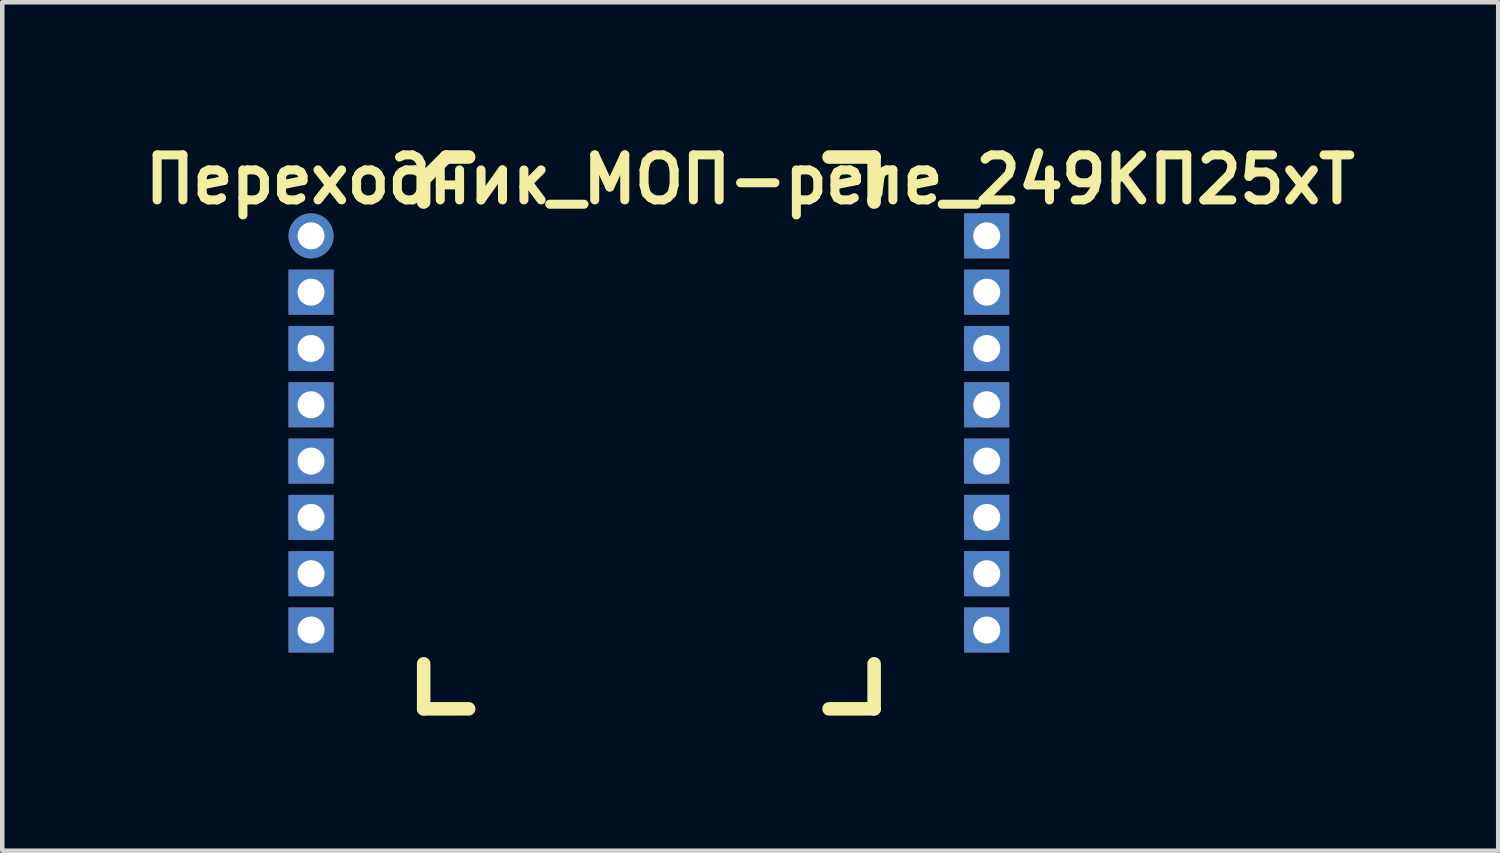
<source format=kicad_pcb>
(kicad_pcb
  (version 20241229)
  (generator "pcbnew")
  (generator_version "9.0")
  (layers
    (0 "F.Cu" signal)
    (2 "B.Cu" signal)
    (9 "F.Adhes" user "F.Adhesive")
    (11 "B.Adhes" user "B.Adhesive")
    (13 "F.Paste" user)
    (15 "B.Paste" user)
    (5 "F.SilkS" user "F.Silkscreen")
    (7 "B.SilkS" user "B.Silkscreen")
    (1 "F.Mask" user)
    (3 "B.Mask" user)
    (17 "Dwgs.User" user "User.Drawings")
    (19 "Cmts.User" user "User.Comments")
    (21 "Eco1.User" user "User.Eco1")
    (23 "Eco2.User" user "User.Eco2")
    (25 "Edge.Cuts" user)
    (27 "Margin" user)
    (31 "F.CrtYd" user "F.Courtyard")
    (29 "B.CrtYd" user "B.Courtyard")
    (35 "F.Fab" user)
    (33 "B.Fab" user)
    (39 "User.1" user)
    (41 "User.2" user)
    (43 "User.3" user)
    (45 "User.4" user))
  (footprint "Переходник_МОП-реле_249КП25хТ"
    (layer "F.Cu")
    (at 7.355 1.186)
    (property "Reference" "Переходник_МОП-реле_249КП25хТ" (at 6.25 -0.25 0) (layer "F.SilkS") (effects (font (size 1 1) (thickness 0.2))))
    (attr through_hole)
    (fp_line (start -1 -0.25) (end -0.5 -0.75) (stroke (width 0.3) (type solid)) (layer "F.SilkS"))
    (fp_line (start -1 0.25) (end -1 -0.25) (stroke (width 0.3) (type solid)) (layer "F.SilkS"))
    (fp_line (start -1 11.5) (end -1 10.5) (stroke (width 0.3) (type solid)) (layer "F.SilkS"))
    (fp_line (start -1 11.5) (end 0 11.5) (stroke (width 0.3) (type solid)) (layer "F.SilkS"))
    (fp_line (start -0.5 -0.75) (end 0 -0.75) (stroke (width 0.3) (type solid)) (layer "F.SilkS"))
    (fp_line (start 9 -0.75) (end 8 -0.75) (stroke (width 0.3) (type solid)) (layer "F.SilkS"))
    (fp_line (start 9 -0.75) (end 9 0.25) (stroke (width 0.3) (type solid)) (layer "F.SilkS"))
    (fp_line (start 9 11.5) (end 8 11.5) (stroke (width 0.3) (type solid)) (layer "F.SilkS"))
    (fp_line (start 9 11.5) (end 9 10.5) (stroke (width 0.3) (type solid)) (layer "F.SilkS"))
    (pad "1" thru_hole circle (at -3.5 1) (size 1 1) (drill 0.6) (layers "*.Cu" "*.Mask"))
    (pad "2" thru_hole rect (at -3.5 2.25) (size 1 1) (drill 0.6) (layers "*.Cu" "*.Mask"))
    (pad "3" thru_hole rect (at -3.5 3.5) (size 1 1) (drill 0.6) (layers "*.Cu" "*.Mask"))
    (pad "4" thru_hole rect (at -3.5 4.75) (size 1 1) (drill 0.6) (layers "*.Cu" "*.Mask"))
    (pad "5" thru_hole rect (at -3.5 6) (size 1 1) (drill 0.6) (layers "*.Cu" "*.Mask"))
    (pad "6" thru_hole rect (at -3.5 7.25) (size 1 1) (drill 0.6) (layers "*.Cu" "*.Mask"))
    (pad "7" thru_hole rect (at -3.5 8.5) (size 1 1) (drill 0.6) (layers "*.Cu" "*.Mask"))
    (pad "8" thru_hole rect (at -3.5 9.75) (size 1 1) (drill 0.6) (layers "*.Cu" "*.Mask"))
    (pad "9" thru_hole rect (at 11.5 9.75) (size 1 1) (drill 0.6) (layers "*.Cu" "*.Mask"))
    (pad "10" thru_hole rect (at 11.5 8.5) (size 1 1) (drill 0.6) (layers "*.Cu" "*.Mask"))
    (pad "11" thru_hole rect (at 11.5 7.25) (size 1 1) (drill 0.6) (layers "*.Cu" "*.Mask"))
    (pad "12" thru_hole rect (at 11.5 6) (size 1 1) (drill 0.6) (layers "*.Cu" "*.Mask"))
    (pad "13" thru_hole rect (at 11.5 4.75) (size 1 1) (drill 0.6) (layers "*.Cu" "*.Mask"))
    (pad "14" thru_hole rect (at 11.5 3.5) (size 1 1) (drill 0.6) (layers "*.Cu" "*.Mask"))
    (pad "15" thru_hole rect (at 11.5 2.25) (size 1 1) (drill 0.6) (layers "*.Cu" "*.Mask"))
    (pad "16" thru_hole rect (at 11.5 1) (size 1 1) (drill 0.6) (layers "*.Cu" "*.Mask")))
  (gr_rect
    (start -3 -3)
    (end 30.21 15.836)
    (stroke (width 0.1) (type default))
    (fill no)
    (layer "Edge.Cuts")))
</source>
